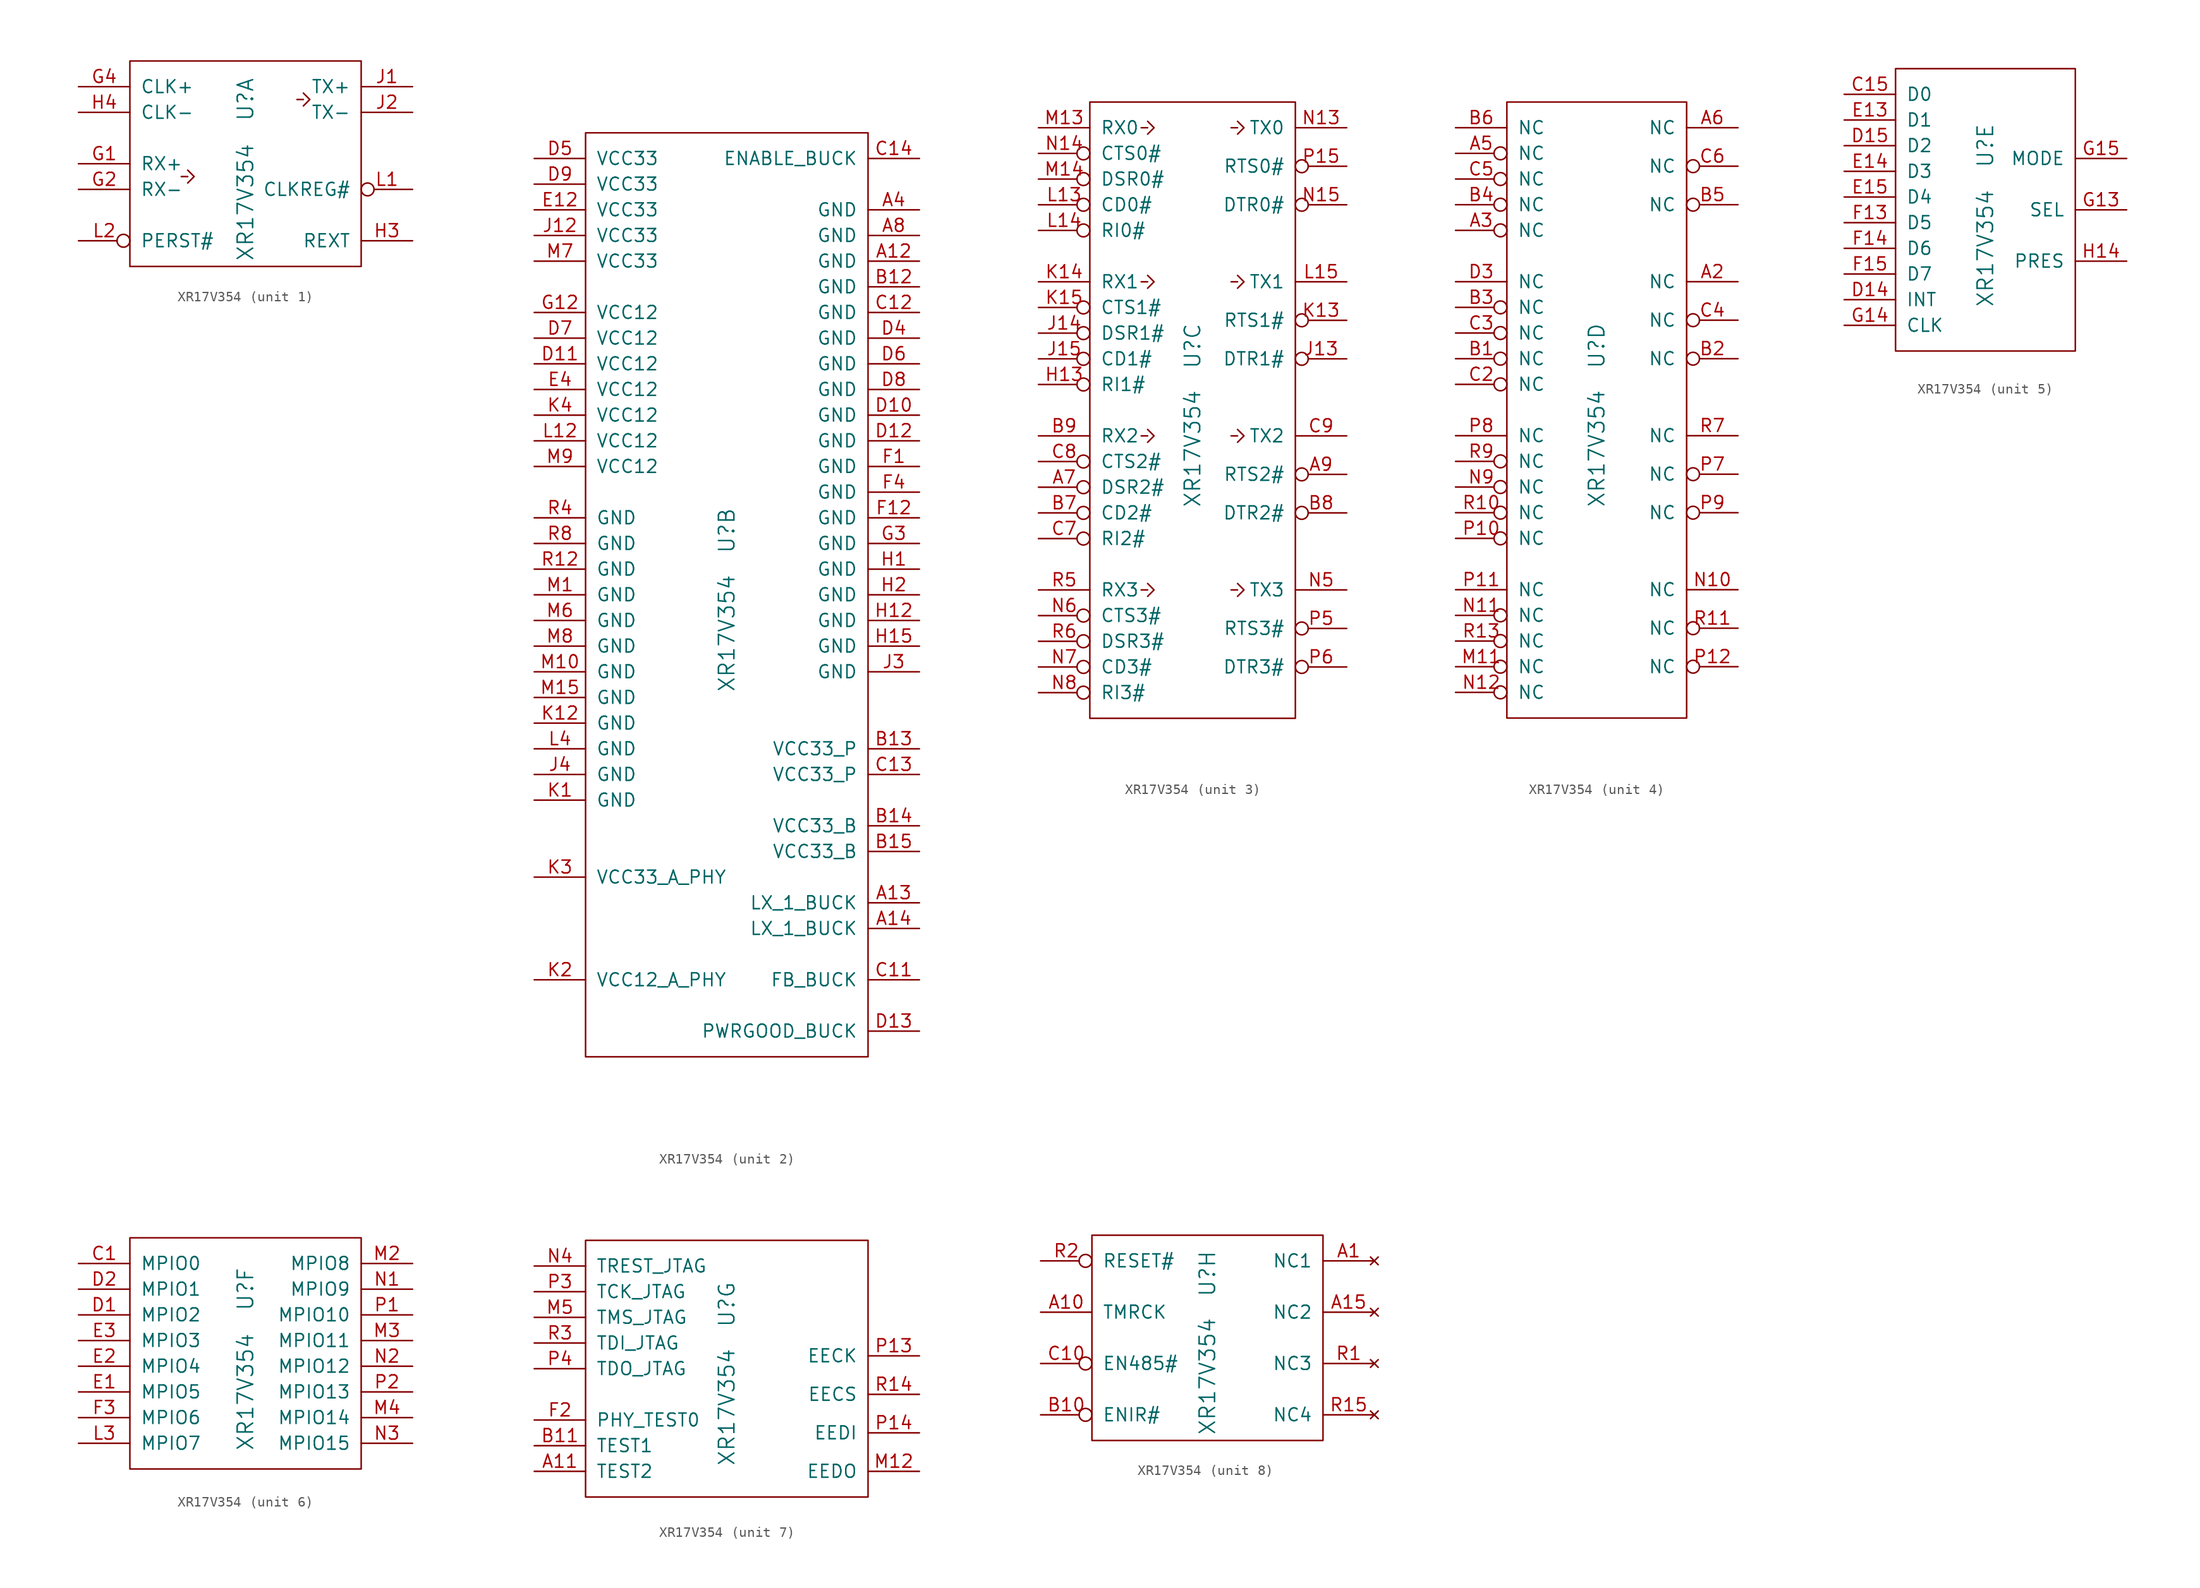
<source format=kicad_sym>
(kicad_symbol_lib
  (version 20220914)
  (generator kicad_symbol_editor)
  (symbol "XR17V354"
    (pin_names
      (offset 1.016))
    (property "Reference" "U"
      (at 0 6.35 90)
      (effects (font (size 1.524 1.524))))
    (property "Value" "XR17V354"
      (at 0 -3.81 90)
      (effects (font (size 1.524 1.524))))
    (property "ki_locked" ""
      (at 0 0 0)
      (effects (font (size 1.27 1.27))))
    (symbol "XR17V354_1_1"
      (rectangle (start -11.43 10.16) (end 11.43 -10.16) (stroke (width 0) (type default)) (fill (type none)))
      (polyline (pts (xy -6.35 -1.27) (xy -5.715 -1.27)) (stroke (width 0) (type default)) (fill (type none)))
      (polyline (pts (xy 5.715 6.35) (xy 5.08 6.35)) (stroke (width 0) (type default)) (fill (type none)))
      (polyline (pts (xy -5.715 -0.635) (xy -5.08 -1.27) (xy -5.715 -1.905)) (stroke (width 0) (type default)) (fill (type none)))
      (polyline (pts (xy 5.715 6.985) (xy 6.35 6.35) (xy 5.715 5.715)) (stroke (width 0) (type default)) (fill (type none)))
      (pin input line (at -16.51 0 0) (length 5.08) (name "RX+" (effects (font (size 1.27 1.27)))) (number "G1" (effects (font (size 1.27 1.27)))))
      (pin input line (at -16.51 -2.54 0) (length 5.08) (name "RX-" (effects (font (size 1.27 1.27)))) (number "G2" (effects (font (size 1.27 1.27)))))
      (pin passive line (at -16.51 7.62 0) (length 5.08) (name "CLK+" (effects (font (size 1.27 1.27)))) (number "G4" (effects (font (size 1.27 1.27)))))
      (pin passive line (at 16.51 -7.62 180) (length 5.08) (name "REXT" (effects (font (size 1.27 1.27)))) (number "H3" (effects (font (size 1.27 1.27)))))
      (pin passive line (at -16.51 5.08 0) (length 5.08) (name "CLK-" (effects (font (size 1.27 1.27)))) (number "H4" (effects (font (size 1.27 1.27)))))
      (pin output line (at 16.51 7.62 180) (length 5.08) (name "TX+" (effects (font (size 1.27 1.27)))) (number "J1" (effects (font (size 1.27 1.27)))))
      (pin output line (at 16.51 5.08 180) (length 5.08) (name "TX-" (effects (font (size 1.27 1.27)))) (number "J2" (effects (font (size 1.27 1.27)))))
      (pin passive inverted (at 16.51 -2.54 180) (length 5.08) (name "CLKREG#" (effects (font (size 1.27 1.27)))) (number "L1" (effects (font (size 1.27 1.27)))))
      (pin passive inverted (at -16.51 -7.62 0) (length 5.08) (name "PERST#" (effects (font (size 1.27 1.27)))) (number "L2" (effects (font (size 1.27 1.27))))))
    (symbol "XR17V354_2_1"
      (rectangle (start -13.97 45.72) (end 13.97 -45.72) (stroke (width 0) (type default)) (fill (type none)))
      (pin passive line (at 19.05 33.02 180) (length 5.08) (name "GND" (effects (font (size 1.27 1.27)))) (number "A12" (effects (font (size 1.27 1.27)))))
      (pin passive line (at 19.05 -30.48 180) (length 5.08) (name "LX_1_BUCK" (effects (font (size 1.27 1.27)))) (number "A13" (effects (font (size 1.27 1.27)))))
      (pin passive line (at 19.05 -33.02 180) (length 5.08) (name "LX_1_BUCK" (effects (font (size 1.27 1.27)))) (number "A14" (effects (font (size 1.27 1.27)))))
      (pin passive line (at 19.05 38.1 180) (length 5.08) (name "GND" (effects (font (size 1.27 1.27)))) (number "A4" (effects (font (size 1.27 1.27)))))
      (pin passive line (at 19.05 35.56 180) (length 5.08) (name "GND" (effects (font (size 1.27 1.27)))) (number "A8" (effects (font (size 1.27 1.27)))))
      (pin passive line (at 19.05 30.48 180) (length 5.08) (name "GND" (effects (font (size 1.27 1.27)))) (number "B12" (effects (font (size 1.27 1.27)))))
      (pin passive line (at 19.05 -15.24 180) (length 5.08) (name "VCC33_P" (effects (font (size 1.27 1.27)))) (number "B13" (effects (font (size 1.27 1.27)))))
      (pin passive line (at 19.05 -22.86 180) (length 5.08) (name "VCC33_B" (effects (font (size 1.27 1.27)))) (number "B14" (effects (font (size 1.27 1.27)))))
      (pin passive line (at 19.05 -25.4 180) (length 5.08) (name "VCC33_B" (effects (font (size 1.27 1.27)))) (number "B15" (effects (font (size 1.27 1.27)))))
      (pin passive line (at 19.05 -38.1 180) (length 5.08) (name "FB_BUCK" (effects (font (size 1.27 1.27)))) (number "C11" (effects (font (size 1.27 1.27)))))
      (pin passive line (at 19.05 27.94 180) (length 5.08) (name "GND" (effects (font (size 1.27 1.27)))) (number "C12" (effects (font (size 1.27 1.27)))))
      (pin passive line (at 19.05 -17.78 180) (length 5.08) (name "VCC33_P" (effects (font (size 1.27 1.27)))) (number "C13" (effects (font (size 1.27 1.27)))))
      (pin passive line (at 19.05 43.18 180) (length 5.08) (name "ENABLE_BUCK" (effects (font (size 1.27 1.27)))) (number "C14" (effects (font (size 1.27 1.27)))))
      (pin passive line (at 19.05 17.78 180) (length 5.08) (name "GND" (effects (font (size 1.27 1.27)))) (number "D10" (effects (font (size 1.27 1.27)))))
      (pin passive line (at -19.05 22.86 0) (length 5.08) (name "VCC12" (effects (font (size 1.27 1.27)))) (number "D11" (effects (font (size 1.27 1.27)))))
      (pin passive line (at 19.05 15.24 180) (length 5.08) (name "GND" (effects (font (size 1.27 1.27)))) (number "D12" (effects (font (size 1.27 1.27)))))
      (pin passive line (at 19.05 -43.18 180) (length 5.08) (name "PWRGOOD_BUCK" (effects (font (size 1.27 1.27)))) (number "D13" (effects (font (size 1.27 1.27)))))
      (pin passive line (at 19.05 25.4 180) (length 5.08) (name "GND" (effects (font (size 1.27 1.27)))) (number "D4" (effects (font (size 1.27 1.27)))))
      (pin passive line (at -19.05 43.18 0) (length 5.08) (name "VCC33" (effects (font (size 1.27 1.27)))) (number "D5" (effects (font (size 1.27 1.27)))))
      (pin passive line (at 19.05 22.86 180) (length 5.08) (name "GND" (effects (font (size 1.27 1.27)))) (number "D6" (effects (font (size 1.27 1.27)))))
      (pin passive line (at -19.05 25.4 0) (length 5.08) (name "VCC12" (effects (font (size 1.27 1.27)))) (number "D7" (effects (font (size 1.27 1.27)))))
      (pin passive line (at 19.05 20.32 180) (length 5.08) (name "GND" (effects (font (size 1.27 1.27)))) (number "D8" (effects (font (size 1.27 1.27)))))
      (pin passive line (at -19.05 40.64 0) (length 5.08) (name "VCC33" (effects (font (size 1.27 1.27)))) (number "D9" (effects (font (size 1.27 1.27)))))
      (pin passive line (at -19.05 38.1 0) (length 5.08) (name "VCC33" (effects (font (size 1.27 1.27)))) (number "E12" (effects (font (size 1.27 1.27)))))
      (pin passive line (at -19.05 20.32 0) (length 5.08) (name "VCC12" (effects (font (size 1.27 1.27)))) (number "E4" (effects (font (size 1.27 1.27)))))
      (pin passive line (at 19.05 12.7 180) (length 5.08) (name "GND" (effects (font (size 1.27 1.27)))) (number "F1" (effects (font (size 1.27 1.27)))))
      (pin passive line (at 19.05 7.62 180) (length 5.08) (name "GND" (effects (font (size 1.27 1.27)))) (number "F12" (effects (font (size 1.27 1.27)))))
      (pin passive line (at 19.05 10.16 180) (length 5.08) (name "GND" (effects (font (size 1.27 1.27)))) (number "F4" (effects (font (size 1.27 1.27)))))
      (pin passive line (at -19.05 27.94 0) (length 5.08) (name "VCC12" (effects (font (size 1.27 1.27)))) (number "G12" (effects (font (size 1.27 1.27)))))
      (pin passive line (at 19.05 5.08 180) (length 5.08) (name "GND" (effects (font (size 1.27 1.27)))) (number "G3" (effects (font (size 1.27 1.27)))))
      (pin passive line (at 19.05 2.54 180) (length 5.08) (name "GND" (effects (font (size 1.27 1.27)))) (number "H1" (effects (font (size 1.27 1.27)))))
      (pin passive line (at 19.05 -2.54 180) (length 5.08) (name "GND" (effects (font (size 1.27 1.27)))) (number "H12" (effects (font (size 1.27 1.27)))))
      (pin passive line (at 19.05 -5.08 180) (length 5.08) (name "GND" (effects (font (size 1.27 1.27)))) (number "H15" (effects (font (size 1.27 1.27)))))
      (pin passive line (at 19.05 0 180) (length 5.08) (name "GND" (effects (font (size 1.27 1.27)))) (number "H2" (effects (font (size 1.27 1.27)))))
      (pin passive line (at -19.05 35.56 0) (length 5.08) (name "VCC33" (effects (font (size 1.27 1.27)))) (number "J12" (effects (font (size 1.27 1.27)))))
      (pin passive line (at 19.05 -7.62 180) (length 5.08) (name "GND" (effects (font (size 1.27 1.27)))) (number "J3" (effects (font (size 1.27 1.27)))))
      (pin passive line (at -19.05 -17.78 0) (length 5.08) (name "GND" (effects (font (size 1.27 1.27)))) (number "J4" (effects (font (size 1.27 1.27)))))
      (pin passive line (at -19.05 -20.32 0) (length 5.08) (name "GND" (effects (font (size 1.27 1.27)))) (number "K1" (effects (font (size 1.27 1.27)))))
      (pin passive line (at -19.05 -12.7 0) (length 5.08) (name "GND" (effects (font (size 1.27 1.27)))) (number "K12" (effects (font (size 1.27 1.27)))))
      (pin passive line (at -19.05 -38.1 0) (length 5.08) (name "VCC12_A_PHY" (effects (font (size 1.27 1.27)))) (number "K2" (effects (font (size 1.27 1.27)))))
      (pin passive line (at -19.05 -27.94 0) (length 5.08) (name "VCC33_A_PHY" (effects (font (size 1.27 1.27)))) (number "K3" (effects (font (size 1.27 1.27)))))
      (pin passive line (at -19.05 17.78 0) (length 5.08) (name "VCC12" (effects (font (size 1.27 1.27)))) (number "K4" (effects (font (size 1.27 1.27)))))
      (pin passive line (at -19.05 15.24 0) (length 5.08) (name "VCC12" (effects (font (size 1.27 1.27)))) (number "L12" (effects (font (size 1.27 1.27)))))
      (pin passive line (at -19.05 -15.24 0) (length 5.08) (name "GND" (effects (font (size 1.27 1.27)))) (number "L4" (effects (font (size 1.27 1.27)))))
      (pin passive line (at -19.05 0 0) (length 5.08) (name "GND" (effects (font (size 1.27 1.27)))) (number "M1" (effects (font (size 1.27 1.27)))))
      (pin passive line (at -19.05 -7.62 0) (length 5.08) (name "GND" (effects (font (size 1.27 1.27)))) (number "M10" (effects (font (size 1.27 1.27)))))
      (pin passive line (at -19.05 -10.16 0) (length 5.08) (name "GND" (effects (font (size 1.27 1.27)))) (number "M15" (effects (font (size 1.27 1.27)))))
      (pin passive line (at -19.05 -2.54 0) (length 5.08) (name "GND" (effects (font (size 1.27 1.27)))) (number "M6" (effects (font (size 1.27 1.27)))))
      (pin passive line (at -19.05 33.02 0) (length 5.08) (name "VCC33" (effects (font (size 1.27 1.27)))) (number "M7" (effects (font (size 1.27 1.27)))))
      (pin passive line (at -19.05 -5.08 0) (length 5.08) (name "GND" (effects (font (size 1.27 1.27)))) (number "M8" (effects (font (size 1.27 1.27)))))
      (pin passive line (at -19.05 12.7 0) (length 5.08) (name "VCC12" (effects (font (size 1.27 1.27)))) (number "M9" (effects (font (size 1.27 1.27)))))
      (pin passive line (at -19.05 2.54 0) (length 5.08) (name "GND" (effects (font (size 1.27 1.27)))) (number "R12" (effects (font (size 1.27 1.27)))))
      (pin passive line (at -19.05 7.62 0) (length 5.08) (name "GND" (effects (font (size 1.27 1.27)))) (number "R4" (effects (font (size 1.27 1.27)))))
      (pin passive line (at -19.05 5.08 0) (length 5.08) (name "GND" (effects (font (size 1.27 1.27)))) (number "R8" (effects (font (size 1.27 1.27))))))
    (symbol "XR17V354_3_1"
      (rectangle (start -10.16 30.48) (end 10.16 -30.48) (stroke (width 0) (type default)) (fill (type none)))
      (polyline (pts (xy -5.08 -17.78) (xy -4.445 -17.78)) (stroke (width 0) (type default)) (fill (type none)))
      (polyline (pts (xy -5.08 -2.54) (xy -4.445 -2.54)) (stroke (width 0) (type default)) (fill (type none)))
      (polyline (pts (xy -5.08 12.7) (xy -4.445 12.7)) (stroke (width 0) (type default)) (fill (type none)))
      (polyline (pts (xy -5.08 27.94) (xy -4.445 27.94)) (stroke (width 0) (type default)) (fill (type none)))
      (polyline (pts (xy 3.81 -17.78) (xy 4.445 -17.78)) (stroke (width 0) (type default)) (fill (type none)))
      (polyline (pts (xy 3.81 -2.54) (xy 4.445 -2.54)) (stroke (width 0) (type default)) (fill (type none)))
      (polyline (pts (xy 3.81 12.7) (xy 4.445 12.7)) (stroke (width 0) (type default)) (fill (type none)))
      (polyline (pts (xy 3.81 27.94) (xy 4.445 27.94)) (stroke (width 0) (type default)) (fill (type none)))
      (polyline (pts (xy -4.445 -17.145) (xy -3.81 -17.78) (xy -4.445 -18.415)) (stroke (width 0) (type default)) (fill (type none)))
      (polyline (pts (xy -4.445 -1.905) (xy -3.81 -2.54) (xy -4.445 -3.175)) (stroke (width 0) (type default)) (fill (type none)))
      (polyline (pts (xy -4.445 13.335) (xy -3.81 12.7) (xy -4.445 12.065)) (stroke (width 0) (type default)) (fill (type none)))
      (polyline (pts (xy -4.445 28.575) (xy -3.81 27.94) (xy -4.445 27.305)) (stroke (width 0) (type default)) (fill (type none)))
      (polyline (pts (xy 4.445 -17.145) (xy 5.08 -17.78) (xy 4.445 -18.415)) (stroke (width 0) (type default)) (fill (type none)))
      (polyline (pts (xy 4.445 -1.905) (xy 5.08 -2.54) (xy 4.445 -3.175)) (stroke (width 0) (type default)) (fill (type none)))
      (polyline (pts (xy 4.445 13.335) (xy 5.08 12.7) (xy 4.445 12.065)) (stroke (width 0) (type default)) (fill (type none)))
      (polyline (pts (xy 4.445 28.575) (xy 5.08 27.94) (xy 4.445 27.305)) (stroke (width 0) (type default)) (fill (type none)))
      (pin passive inverted (at -15.24 -7.62 0) (length 5.08) (name "DSR2#" (effects (font (size 1.27 1.27)))) (number "A7" (effects (font (size 1.27 1.27)))))
      (pin passive inverted (at 15.24 -6.35 180) (length 5.08) (name "RTS2#" (effects (font (size 1.27 1.27)))) (number "A9" (effects (font (size 1.27 1.27)))))
      (pin passive inverted (at -15.24 -10.16 0) (length 5.08) (name "CD2#" (effects (font (size 1.27 1.27)))) (number "B7" (effects (font (size 1.27 1.27)))))
      (pin passive inverted (at 15.24 -10.16 180) (length 5.08) (name "DTR2#" (effects (font (size 1.27 1.27)))) (number "B8" (effects (font (size 1.27 1.27)))))
      (pin input line (at -15.24 -2.54 0) (length 5.08) (name "RX2" (effects (font (size 1.27 1.27)))) (number "B9" (effects (font (size 1.27 1.27)))))
      (pin passive inverted (at -15.24 -12.7 0) (length 5.08) (name "RI2#" (effects (font (size 1.27 1.27)))) (number "C7" (effects (font (size 1.27 1.27)))))
      (pin passive inverted (at -15.24 -5.08 0) (length 5.08) (name "CTS2#" (effects (font (size 1.27 1.27)))) (number "C8" (effects (font (size 1.27 1.27)))))
      (pin output line (at 15.24 -2.54 180) (length 5.08) (name "TX2" (effects (font (size 1.27 1.27)))) (number "C9" (effects (font (size 1.27 1.27)))))
      (pin passive inverted (at -15.24 2.54 0) (length 5.08) (name "RI1#" (effects (font (size 1.27 1.27)))) (number "H13" (effects (font (size 1.27 1.27)))))
      (pin passive inverted (at 15.24 5.08 180) (length 5.08) (name "DTR1#" (effects (font (size 1.27 1.27)))) (number "J13" (effects (font (size 1.27 1.27)))))
      (pin passive inverted (at -15.24 7.62 0) (length 5.08) (name "DSR1#" (effects (font (size 1.27 1.27)))) (number "J14" (effects (font (size 1.27 1.27)))))
      (pin passive inverted (at -15.24 5.08 0) (length 5.08) (name "CD1#" (effects (font (size 1.27 1.27)))) (number "J15" (effects (font (size 1.27 1.27)))))
      (pin passive inverted (at 15.24 8.89 180) (length 5.08) (name "RTS1#" (effects (font (size 1.27 1.27)))) (number "K13" (effects (font (size 1.27 1.27)))))
      (pin input line (at -15.24 12.7 0) (length 5.08) (name "RX1" (effects (font (size 1.27 1.27)))) (number "K14" (effects (font (size 1.27 1.27)))))
      (pin passive inverted (at -15.24 10.16 0) (length 5.08) (name "CTS1#" (effects (font (size 1.27 1.27)))) (number "K15" (effects (font (size 1.27 1.27)))))
      (pin passive inverted (at -15.24 20.32 0) (length 5.08) (name "CD0#" (effects (font (size 1.27 1.27)))) (number "L13" (effects (font (size 1.27 1.27)))))
      (pin passive inverted (at -15.24 17.78 0) (length 5.08) (name "RI0#" (effects (font (size 1.27 1.27)))) (number "L14" (effects (font (size 1.27 1.27)))))
      (pin output line (at 15.24 12.7 180) (length 5.08) (name "TX1" (effects (font (size 1.27 1.27)))) (number "L15" (effects (font (size 1.27 1.27)))))
      (pin input line (at -15.24 27.94 0) (length 5.08) (name "RX0" (effects (font (size 1.27 1.27)))) (number "M13" (effects (font (size 1.27 1.27)))))
      (pin passive inverted (at -15.24 22.86 0) (length 5.08) (name "DSR0#" (effects (font (size 1.27 1.27)))) (number "M14" (effects (font (size 1.27 1.27)))))
      (pin output line (at 15.24 27.94 180) (length 5.08) (name "TX0" (effects (font (size 1.27 1.27)))) (number "N13" (effects (font (size 1.27 1.27)))))
      (pin passive inverted (at -15.24 25.4 0) (length 5.08) (name "CTS0#" (effects (font (size 1.27 1.27)))) (number "N14" (effects (font (size 1.27 1.27)))))
      (pin passive inverted (at 15.24 20.32 180) (length 5.08) (name "DTR0#" (effects (font (size 1.27 1.27)))) (number "N15" (effects (font (size 1.27 1.27)))))
      (pin output line (at 15.24 -17.78 180) (length 5.08) (name "TX3" (effects (font (size 1.27 1.27)))) (number "N5" (effects (font (size 1.27 1.27)))))
      (pin passive inverted (at -15.24 -20.32 0) (length 5.08) (name "CTS3#" (effects (font (size 1.27 1.27)))) (number "N6" (effects (font (size 1.27 1.27)))))
      (pin passive inverted (at -15.24 -25.4 0) (length 5.08) (name "CD3#" (effects (font (size 1.27 1.27)))) (number "N7" (effects (font (size 1.27 1.27)))))
      (pin passive inverted (at -15.24 -27.94 0) (length 5.08) (name "RI3#" (effects (font (size 1.27 1.27)))) (number "N8" (effects (font (size 1.27 1.27)))))
      (pin passive inverted (at 15.24 24.13 180) (length 5.08) (name "RTS0#" (effects (font (size 1.27 1.27)))) (number "P15" (effects (font (size 1.27 1.27)))))
      (pin passive inverted (at 15.24 -21.59 180) (length 5.08) (name "RTS3#" (effects (font (size 1.27 1.27)))) (number "P5" (effects (font (size 1.27 1.27)))))
      (pin passive inverted (at 15.24 -25.4 180) (length 5.08) (name "DTR3#" (effects (font (size 1.27 1.27)))) (number "P6" (effects (font (size 1.27 1.27)))))
      (pin input line (at -15.24 -17.78 0) (length 5.08) (name "RX3" (effects (font (size 1.27 1.27)))) (number "R5" (effects (font (size 1.27 1.27)))))
      (pin passive inverted (at -15.24 -22.86 0) (length 5.08) (name "DSR3#" (effects (font (size 1.27 1.27)))) (number "R6" (effects (font (size 1.27 1.27))))))
    (symbol "XR17V354_4_1"
      (rectangle (start -8.89 30.48) (end 8.89 -30.48) (stroke (width 0) (type default)) (fill (type none)))
      (pin output line (at 13.97 12.7 180) (length 5.08) (name "NC" (effects (font (size 1.27 1.27)))) (number "A2" (effects (font (size 1.27 1.27)))))
      (pin passive inverted (at -13.97 17.78 0) (length 5.08) (name "NC" (effects (font (size 1.27 1.27)))) (number "A3" (effects (font (size 1.27 1.27)))))
      (pin passive inverted (at -13.97 25.4 0) (length 5.08) (name "NC" (effects (font (size 1.27 1.27)))) (number "A5" (effects (font (size 1.27 1.27)))))
      (pin output line (at 13.97 27.94 180) (length 5.08) (name "NC" (effects (font (size 1.27 1.27)))) (number "A6" (effects (font (size 1.27 1.27)))))
      (pin passive inverted (at -13.97 5.08 0) (length 5.08) (name "NC" (effects (font (size 1.27 1.27)))) (number "B1" (effects (font (size 1.27 1.27)))))
      (pin passive inverted (at 13.97 5.08 180) (length 5.08) (name "NC" (effects (font (size 1.27 1.27)))) (number "B2" (effects (font (size 1.27 1.27)))))
      (pin passive inverted (at -13.97 10.16 0) (length 5.08) (name "NC" (effects (font (size 1.27 1.27)))) (number "B3" (effects (font (size 1.27 1.27)))))
      (pin passive inverted (at -13.97 20.32 0) (length 5.08) (name "NC" (effects (font (size 1.27 1.27)))) (number "B4" (effects (font (size 1.27 1.27)))))
      (pin passive inverted (at 13.97 20.32 180) (length 5.08) (name "NC" (effects (font (size 1.27 1.27)))) (number "B5" (effects (font (size 1.27 1.27)))))
      (pin input line (at -13.97 27.94 0) (length 5.08) (name "NC" (effects (font (size 1.27 1.27)))) (number "B6" (effects (font (size 1.27 1.27)))))
      (pin passive inverted (at -13.97 2.54 0) (length 5.08) (name "NC" (effects (font (size 1.27 1.27)))) (number "C2" (effects (font (size 1.27 1.27)))))
      (pin passive inverted (at -13.97 7.62 0) (length 5.08) (name "NC" (effects (font (size 1.27 1.27)))) (number "C3" (effects (font (size 1.27 1.27)))))
      (pin passive inverted (at 13.97 8.89 180) (length 5.08) (name "NC" (effects (font (size 1.27 1.27)))) (number "C4" (effects (font (size 1.27 1.27)))))
      (pin passive inverted (at -13.97 22.86 0) (length 5.08) (name "NC" (effects (font (size 1.27 1.27)))) (number "C5" (effects (font (size 1.27 1.27)))))
      (pin passive inverted (at 13.97 24.13 180) (length 5.08) (name "NC" (effects (font (size 1.27 1.27)))) (number "C6" (effects (font (size 1.27 1.27)))))
      (pin input line (at -13.97 12.7 0) (length 5.08) (name "NC" (effects (font (size 1.27 1.27)))) (number "D3" (effects (font (size 1.27 1.27)))))
      (pin passive inverted (at -13.97 -25.4 0) (length 5.08) (name "NC" (effects (font (size 1.27 1.27)))) (number "M11" (effects (font (size 1.27 1.27)))))
      (pin output line (at 13.97 -17.78 180) (length 5.08) (name "NC" (effects (font (size 1.27 1.27)))) (number "N10" (effects (font (size 1.27 1.27)))))
      (pin passive inverted (at -13.97 -20.32 0) (length 5.08) (name "NC" (effects (font (size 1.27 1.27)))) (number "N11" (effects (font (size 1.27 1.27)))))
      (pin passive inverted (at -13.97 -27.94 0) (length 5.08) (name "NC" (effects (font (size 1.27 1.27)))) (number "N12" (effects (font (size 1.27 1.27)))))
      (pin passive inverted (at -13.97 -7.62 0) (length 5.08) (name "NC" (effects (font (size 1.27 1.27)))) (number "N9" (effects (font (size 1.27 1.27)))))
      (pin passive inverted (at -13.97 -12.7 0) (length 5.08) (name "NC" (effects (font (size 1.27 1.27)))) (number "P10" (effects (font (size 1.27 1.27)))))
      (pin input line (at -13.97 -17.78 0) (length 5.08) (name "NC" (effects (font (size 1.27 1.27)))) (number "P11" (effects (font (size 1.27 1.27)))))
      (pin passive inverted (at 13.97 -25.4 180) (length 5.08) (name "NC" (effects (font (size 1.27 1.27)))) (number "P12" (effects (font (size 1.27 1.27)))))
      (pin passive inverted (at 13.97 -6.35 180) (length 5.08) (name "NC" (effects (font (size 1.27 1.27)))) (number "P7" (effects (font (size 1.27 1.27)))))
      (pin input line (at -13.97 -2.54 0) (length 5.08) (name "NC" (effects (font (size 1.27 1.27)))) (number "P8" (effects (font (size 1.27 1.27)))))
      (pin passive inverted (at 13.97 -10.16 180) (length 5.08) (name "NC" (effects (font (size 1.27 1.27)))) (number "P9" (effects (font (size 1.27 1.27)))))
      (pin passive inverted (at -13.97 -10.16 0) (length 5.08) (name "NC" (effects (font (size 1.27 1.27)))) (number "R10" (effects (font (size 1.27 1.27)))))
      (pin passive inverted (at 13.97 -21.59 180) (length 5.08) (name "NC" (effects (font (size 1.27 1.27)))) (number "R11" (effects (font (size 1.27 1.27)))))
      (pin passive inverted (at -13.97 -22.86 0) (length 5.08) (name "NC" (effects (font (size 1.27 1.27)))) (number "R13" (effects (font (size 1.27 1.27)))))
      (pin output line (at 13.97 -2.54 180) (length 5.08) (name "NC" (effects (font (size 1.27 1.27)))) (number "R7" (effects (font (size 1.27 1.27)))))
      (pin passive inverted (at -13.97 -5.08 0) (length 5.08) (name "NC" (effects (font (size 1.27 1.27)))) (number "R9" (effects (font (size 1.27 1.27))))))
    (symbol "XR17V354_5_1"
      (rectangle (start -8.89 13.97) (end 8.89 -13.97) (stroke (width 0) (type default)) (fill (type none)))
      (pin passive line (at -13.97 11.43 0) (length 5.08) (name "D0" (effects (font (size 1.27 1.27)))) (number "C15" (effects (font (size 1.27 1.27)))))
      (pin passive line (at -13.97 -8.89 0) (length 5.08) (name "INT" (effects (font (size 1.27 1.27)))) (number "D14" (effects (font (size 1.27 1.27)))))
      (pin passive line (at -13.97 6.35 0) (length 5.08) (name "D2" (effects (font (size 1.27 1.27)))) (number "D15" (effects (font (size 1.27 1.27)))))
      (pin passive line (at -13.97 8.89 0) (length 5.08) (name "D1" (effects (font (size 1.27 1.27)))) (number "E13" (effects (font (size 1.27 1.27)))))
      (pin passive line (at -13.97 3.81 0) (length 5.08) (name "D3" (effects (font (size 1.27 1.27)))) (number "E14" (effects (font (size 1.27 1.27)))))
      (pin passive line (at -13.97 1.27 0) (length 5.08) (name "D4" (effects (font (size 1.27 1.27)))) (number "E15" (effects (font (size 1.27 1.27)))))
      (pin passive line (at -13.97 -1.27 0) (length 5.08) (name "D5" (effects (font (size 1.27 1.27)))) (number "F13" (effects (font (size 1.27 1.27)))))
      (pin passive line (at -13.97 -3.81 0) (length 5.08) (name "D6" (effects (font (size 1.27 1.27)))) (number "F14" (effects (font (size 1.27 1.27)))))
      (pin passive line (at -13.97 -6.35 0) (length 5.08) (name "D7" (effects (font (size 1.27 1.27)))) (number "F15" (effects (font (size 1.27 1.27)))))
      (pin passive line (at 13.97 0 180) (length 5.08) (name "SEL" (effects (font (size 1.27 1.27)))) (number "G13" (effects (font (size 1.27 1.27)))))
      (pin passive line (at -13.97 -11.43 0) (length 5.08) (name "CLK" (effects (font (size 1.27 1.27)))) (number "G14" (effects (font (size 1.27 1.27)))))
      (pin passive line (at 13.97 5.08 180) (length 5.08) (name "MODE" (effects (font (size 1.27 1.27)))) (number "G15" (effects (font (size 1.27 1.27)))))
      (pin passive line (at 13.97 -5.08 180) (length 5.08) (name "PRES" (effects (font (size 1.27 1.27)))) (number "H14" (effects (font (size 1.27 1.27))))))
    (symbol "XR17V354_6_1"
      (rectangle (start -11.43 11.43) (end 11.43 -11.43) (stroke (width 0) (type default)) (fill (type none)))
      (pin passive line (at -16.51 8.89 0) (length 5.08) (name "MPIO0" (effects (font (size 1.27 1.27)))) (number "C1" (effects (font (size 1.27 1.27)))))
      (pin passive line (at -16.51 3.81 0) (length 5.08) (name "MPIO2" (effects (font (size 1.27 1.27)))) (number "D1" (effects (font (size 1.27 1.27)))))
      (pin passive line (at -16.51 6.35 0) (length 5.08) (name "MPIO1" (effects (font (size 1.27 1.27)))) (number "D2" (effects (font (size 1.27 1.27)))))
      (pin passive line (at -16.51 -3.81 0) (length 5.08) (name "MPIO5" (effects (font (size 1.27 1.27)))) (number "E1" (effects (font (size 1.27 1.27)))))
      (pin passive line (at -16.51 -1.27 0) (length 5.08) (name "MPIO4" (effects (font (size 1.27 1.27)))) (number "E2" (effects (font (size 1.27 1.27)))))
      (pin passive line (at -16.51 1.27 0) (length 5.08) (name "MPIO3" (effects (font (size 1.27 1.27)))) (number "E3" (effects (font (size 1.27 1.27)))))
      (pin passive line (at -16.51 -6.35 0) (length 5.08) (name "MPIO6" (effects (font (size 1.27 1.27)))) (number "F3" (effects (font (size 1.27 1.27)))))
      (pin passive line (at -16.51 -8.89 0) (length 5.08) (name "MPIO7" (effects (font (size 1.27 1.27)))) (number "L3" (effects (font (size 1.27 1.27)))))
      (pin passive line (at 16.51 8.89 180) (length 5.08) (name "MPIO8" (effects (font (size 1.27 1.27)))) (number "M2" (effects (font (size 1.27 1.27)))))
      (pin passive line (at 16.51 1.27 180) (length 5.08) (name "MPIO11" (effects (font (size 1.27 1.27)))) (number "M3" (effects (font (size 1.27 1.27)))))
      (pin passive line (at 16.51 -6.35 180) (length 5.08) (name "MPIO14" (effects (font (size 1.27 1.27)))) (number "M4" (effects (font (size 1.27 1.27)))))
      (pin passive line (at 16.51 6.35 180) (length 5.08) (name "MPIO9" (effects (font (size 1.27 1.27)))) (number "N1" (effects (font (size 1.27 1.27)))))
      (pin passive line (at 16.51 -1.27 180) (length 5.08) (name "MPIO12" (effects (font (size 1.27 1.27)))) (number "N2" (effects (font (size 1.27 1.27)))))
      (pin passive line (at 16.51 -8.89 180) (length 5.08) (name "MPIO15" (effects (font (size 1.27 1.27)))) (number "N3" (effects (font (size 1.27 1.27)))))
      (pin passive line (at 16.51 3.81 180) (length 5.08) (name "MPIO10" (effects (font (size 1.27 1.27)))) (number "P1" (effects (font (size 1.27 1.27)))))
      (pin passive line (at 16.51 -3.81 180) (length 5.08) (name "MPIO13" (effects (font (size 1.27 1.27)))) (number "P2" (effects (font (size 1.27 1.27))))))
    (symbol "XR17V354_7_1"
      (rectangle (start -13.97 12.7) (end 13.97 -12.7) (stroke (width 0) (type default)) (fill (type none)))
      (pin passive line (at -19.05 -10.16 0) (length 5.08) (name "TEST2" (effects (font (size 1.27 1.27)))) (number "A11" (effects (font (size 1.27 1.27)))))
      (pin passive line (at -19.05 -7.62 0) (length 5.08) (name "TEST1" (effects (font (size 1.27 1.27)))) (number "B11" (effects (font (size 1.27 1.27)))))
      (pin passive line (at -19.05 -5.08 0) (length 5.08) (name "PHY_TEST0" (effects (font (size 1.27 1.27)))) (number "F2" (effects (font (size 1.27 1.27)))))
      (pin passive line (at 19.05 -10.16 180) (length 5.08) (name "EEDO" (effects (font (size 1.27 1.27)))) (number "M12" (effects (font (size 1.27 1.27)))))
      (pin passive line (at -19.05 5.08 0) (length 5.08) (name "TMS_JTAG" (effects (font (size 1.27 1.27)))) (number "M5" (effects (font (size 1.27 1.27)))))
      (pin passive line (at -19.05 10.16 0) (length 5.08) (name "TREST_JTAG" (effects (font (size 1.27 1.27)))) (number "N4" (effects (font (size 1.27 1.27)))))
      (pin passive line (at 19.05 1.27 180) (length 5.08) (name "EECK" (effects (font (size 1.27 1.27)))) (number "P13" (effects (font (size 1.27 1.27)))))
      (pin passive line (at 19.05 -6.35 180) (length 5.08) (name "EEDI" (effects (font (size 1.27 1.27)))) (number "P14" (effects (font (size 1.27 1.27)))))
      (pin passive line (at -19.05 7.62 0) (length 5.08) (name "TCK_JTAG" (effects (font (size 1.27 1.27)))) (number "P3" (effects (font (size 1.27 1.27)))))
      (pin passive line (at -19.05 0 0) (length 5.08) (name "TDO_JTAG" (effects (font (size 1.27 1.27)))) (number "P4" (effects (font (size 1.27 1.27)))))
      (pin passive line (at 19.05 -2.54 180) (length 5.08) (name "EECS" (effects (font (size 1.27 1.27)))) (number "R14" (effects (font (size 1.27 1.27)))))
      (pin passive line (at -19.05 2.54 0) (length 5.08) (name "TDI_JTAG" (effects (font (size 1.27 1.27)))) (number "R3" (effects (font (size 1.27 1.27))))))
    (symbol "XR17V354_8_1"
      (rectangle (start -11.43 10.16) (end 11.43 -10.16) (stroke (width 0) (type default)) (fill (type none)))
      (pin no_connect line (at 16.51 7.62 180) (length 5.08) (name "NC1" (effects (font (size 1.27 1.27)))) (number "A1" (effects (font (size 1.27 1.27)))))
      (pin passive line (at -16.51 2.54 0) (length 5.08) (name "TMRCK" (effects (font (size 1.27 1.27)))) (number "A10" (effects (font (size 1.27 1.27)))))
      (pin no_connect line (at 16.51 2.54 180) (length 5.08) (name "NC2" (effects (font (size 1.27 1.27)))) (number "A15" (effects (font (size 1.27 1.27)))))
      (pin passive inverted (at -16.51 -7.62 0) (length 5.08) (name "ENIR#" (effects (font (size 1.27 1.27)))) (number "B10" (effects (font (size 1.27 1.27)))))
      (pin passive inverted (at -16.51 -2.54 0) (length 5.08) (name "EN485#" (effects (font (size 1.27 1.27)))) (number "C10" (effects (font (size 1.27 1.27)))))
      (pin no_connect line (at 16.51 -2.54 180) (length 5.08) (name "NC3" (effects (font (size 1.27 1.27)))) (number "R1" (effects (font (size 1.27 1.27)))))
      (pin no_connect line (at 16.51 -7.62 180) (length 5.08) (name "NC4" (effects (font (size 1.27 1.27)))) (number "R15" (effects (font (size 1.27 1.27)))))
      (pin passive inverted (at -16.51 7.62 0) (length 5.08) (name "RESET#" (effects (font (size 1.27 1.27)))) (number "R2" (effects (font (size 1.27 1.27))))))))
</source>
